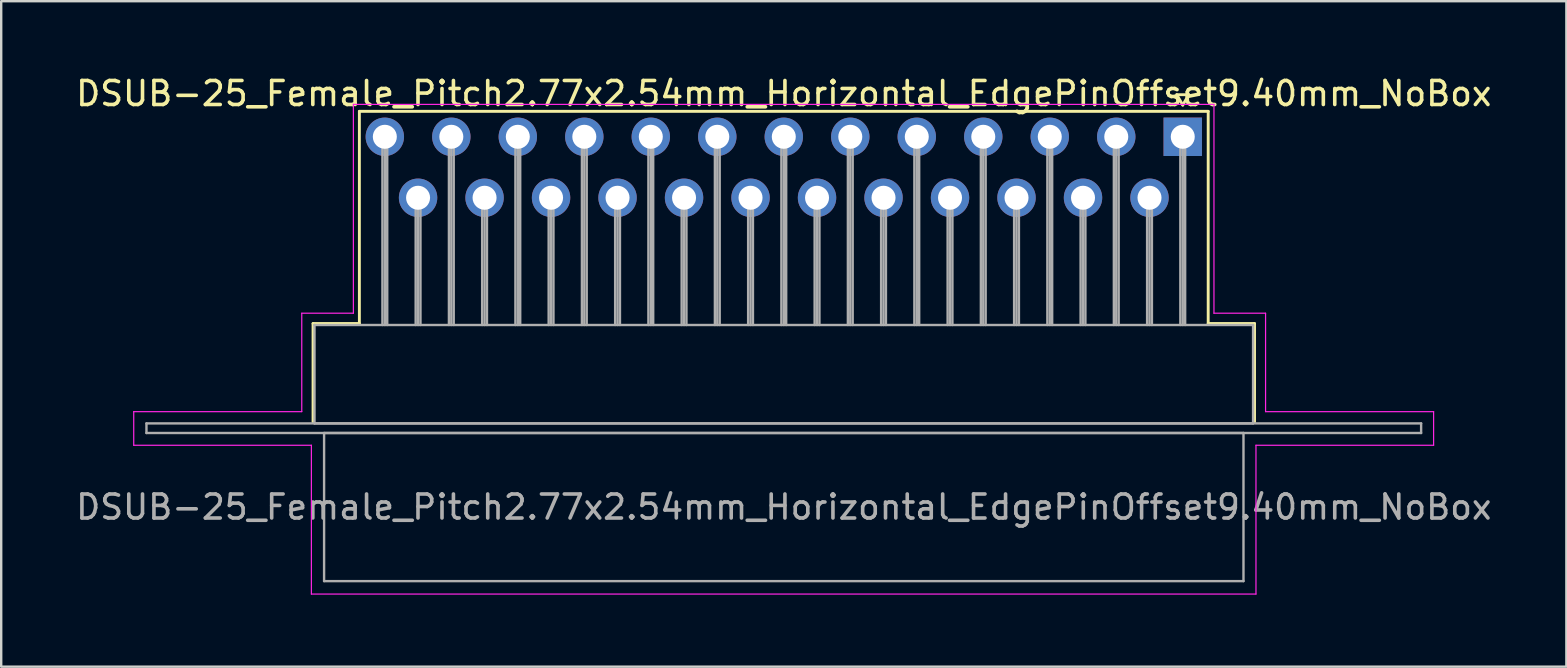
<source format=kicad_pcb>
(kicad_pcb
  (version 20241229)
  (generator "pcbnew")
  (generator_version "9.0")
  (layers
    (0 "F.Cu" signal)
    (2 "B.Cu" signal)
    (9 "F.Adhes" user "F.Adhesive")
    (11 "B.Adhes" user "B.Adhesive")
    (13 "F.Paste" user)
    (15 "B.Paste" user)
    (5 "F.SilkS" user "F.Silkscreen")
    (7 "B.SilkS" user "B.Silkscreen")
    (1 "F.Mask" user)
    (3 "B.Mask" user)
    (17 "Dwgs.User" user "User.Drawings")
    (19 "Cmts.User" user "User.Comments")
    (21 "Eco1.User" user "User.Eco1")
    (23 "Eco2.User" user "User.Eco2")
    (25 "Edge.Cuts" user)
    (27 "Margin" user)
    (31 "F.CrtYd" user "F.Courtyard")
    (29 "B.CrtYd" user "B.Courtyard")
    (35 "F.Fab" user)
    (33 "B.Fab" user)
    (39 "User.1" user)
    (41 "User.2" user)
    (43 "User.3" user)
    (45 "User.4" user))
  (footprint "DSUB-25_Female_Pitch2.77x2.54mm_Horizontal_EdgePinOffset9.40mm_NoBox"
    (layer "F.Cu")
    (at 46.221 2.648)
    (property "Reference" "DSUB-25_Female_Pitch2.77x2.54mm_Horizontal_EdgePinOffset9.40mm_NoBox" (at -16.62 -1.8 0) (layer "F.SilkS") (effects (font (size 1 1) (thickness 0.15))))
    (attr through_hole)
    (fp_line (start -36.23 7.78) (end -34.3 7.78) (stroke (width 0.12) (type solid)) (layer "F.SilkS"))
    (fp_line (start -36.23 11.88) (end -36.23 7.78) (stroke (width 0.12) (type solid)) (layer "F.SilkS"))
    (fp_line (start -34.3 -1.06) (end 1.06 -1.06) (stroke (width 0.12) (type solid)) (layer "F.SilkS"))
    (fp_line (start -34.3 7.78) (end -34.3 -1.06) (stroke (width 0.12) (type solid)) (layer "F.SilkS"))
    (fp_line (start -0.25 -1.754) (end 0.25 -1.754) (stroke (width 0.12) (type solid)) (layer "F.SilkS"))
    (fp_line (start 0 -1.321) (end -0.25 -1.754) (stroke (width 0.12) (type solid)) (layer "F.SilkS"))
    (fp_line (start 0.25 -1.754) (end 0 -1.321) (stroke (width 0.12) (type solid)) (layer "F.SilkS"))
    (fp_line (start 1.06 -1.06) (end 1.06 7.78) (stroke (width 0.12) (type solid)) (layer "F.SilkS"))
    (fp_line (start 1.06 7.78) (end 2.99 7.78) (stroke (width 0.12) (type solid)) (layer "F.SilkS"))
    (fp_line (start 2.99 7.78) (end 2.99 11.88) (stroke (width 0.12) (type solid)) (layer "F.SilkS"))
    (fp_line (start -43.7 11.45) (end -36.7 11.45) (stroke (width 0.05) (type solid)) (layer "F.CrtYd"))
    (fp_line (start -43.7 12.85) (end -43.7 11.45) (stroke (width 0.05) (type solid)) (layer "F.CrtYd"))
    (fp_line (start -36.7 7.35) (end -34.55 7.35) (stroke (width 0.05) (type solid)) (layer "F.CrtYd"))
    (fp_line (start -36.7 11.45) (end -36.7 7.35) (stroke (width 0.05) (type solid)) (layer "F.CrtYd"))
    (fp_line (start -36.3 12.85) (end -43.7 12.85) (stroke (width 0.05) (type solid)) (layer "F.CrtYd"))
    (fp_line (start -36.3 19.05) (end -36.3 12.85) (stroke (width 0.05) (type solid)) (layer "F.CrtYd"))
    (fp_line (start -34.55 -1.35) (end 1.3 -1.35) (stroke (width 0.05) (type solid)) (layer "F.CrtYd"))
    (fp_line (start -34.55 7.35) (end -34.55 -1.35) (stroke (width 0.05) (type solid)) (layer "F.CrtYd"))
    (fp_line (start 1.3 -1.35) (end 1.3 7.35) (stroke (width 0.05) (type solid)) (layer "F.CrtYd"))
    (fp_line (start 1.3 7.35) (end 3.45 7.35) (stroke (width 0.05) (type solid)) (layer "F.CrtYd"))
    (fp_line (start 3.05 12.85) (end 3.05 19.05) (stroke (width 0.05) (type solid)) (layer "F.CrtYd"))
    (fp_line (start 3.05 19.05) (end -36.3 19.05) (stroke (width 0.05) (type solid)) (layer "F.CrtYd"))
    (fp_line (start 3.45 7.35) (end 3.45 11.45) (stroke (width 0.05) (type solid)) (layer "F.CrtYd"))
    (fp_line (start 3.45 11.45) (end 10.45 11.45) (stroke (width 0.05) (type solid)) (layer "F.CrtYd"))
    (fp_line (start 10.45 11.45) (end 10.45 12.85) (stroke (width 0.05) (type solid)) (layer "F.CrtYd"))
    (fp_line (start 10.45 12.85) (end 3.05 12.85) (stroke (width 0.05) (type solid)) (layer "F.CrtYd"))
    (fp_line (start -43.17 11.94) (end -43.17 12.34) (stroke (width 0.1) (type solid)) (layer "F.Fab"))
    (fp_line (start -43.17 12.34) (end 9.93 12.34) (stroke (width 0.1) (type solid)) (layer "F.Fab"))
    (fp_line (start -36.17 7.84) (end -36.17 11.94) (stroke (width 0.1) (type solid)) (layer "F.Fab"))
    (fp_line (start -36.17 11.94) (end 2.93 11.94) (stroke (width 0.1) (type solid)) (layer "F.Fab"))
    (fp_line (start -35.77 12.34) (end -35.77 18.51) (stroke (width 0.1) (type solid)) (layer "F.Fab"))
    (fp_line (start -35.77 18.51) (end 2.53 18.51) (stroke (width 0.1) (type solid)) (layer "F.Fab"))
    (fp_line (start -33.34 0) (end -33.34 7.84) (stroke (width 0.1) (type solid)) (layer "F.Fab"))
    (fp_line (start -33.24 0) (end -33.24 7.84) (stroke (width 0.1) (type solid)) (layer "F.Fab"))
    (fp_line (start -33.14 0) (end -33.14 7.84) (stroke (width 0.1) (type solid)) (layer "F.Fab"))
    (fp_line (start -31.955 2.54) (end -31.955 7.84) (stroke (width 0.1) (type solid)) (layer "F.Fab"))
    (fp_line (start -31.855 2.54) (end -31.855 7.84) (stroke (width 0.1) (type solid)) (layer "F.Fab"))
    (fp_line (start -31.755 2.54) (end -31.755 7.84) (stroke (width 0.1) (type solid)) (layer "F.Fab"))
    (fp_line (start -30.57 0) (end -30.57 7.84) (stroke (width 0.1) (type solid)) (layer "F.Fab"))
    (fp_line (start -30.47 0) (end -30.47 7.84) (stroke (width 0.1) (type solid)) (layer "F.Fab"))
    (fp_line (start -30.37 0) (end -30.37 7.84) (stroke (width 0.1) (type solid)) (layer "F.Fab"))
    (fp_line (start -29.185 2.54) (end -29.185 7.84) (stroke (width 0.1) (type solid)) (layer "F.Fab"))
    (fp_line (start -29.085 2.54) (end -29.085 7.84) (stroke (width 0.1) (type solid)) (layer "F.Fab"))
    (fp_line (start -28.985 2.54) (end -28.985 7.84) (stroke (width 0.1) (type solid)) (layer "F.Fab"))
    (fp_line (start -27.8 0) (end -27.8 7.84) (stroke (width 0.1) (type solid)) (layer "F.Fab"))
    (fp_line (start -27.7 0) (end -27.7 7.84) (stroke (width 0.1) (type solid)) (layer "F.Fab"))
    (fp_line (start -27.6 0) (end -27.6 7.84) (stroke (width 0.1) (type solid)) (layer "F.Fab"))
    (fp_line (start -26.415 2.54) (end -26.415 7.84) (stroke (width 0.1) (type solid)) (layer "F.Fab"))
    (fp_line (start -26.315 2.54) (end -26.315 7.84) (stroke (width 0.1) (type solid)) (layer "F.Fab"))
    (fp_line (start -26.215 2.54) (end -26.215 7.84) (stroke (width 0.1) (type solid)) (layer "F.Fab"))
    (fp_line (start -25.03 0) (end -25.03 7.84) (stroke (width 0.1) (type solid)) (layer "F.Fab"))
    (fp_line (start -24.93 0) (end -24.93 7.84) (stroke (width 0.1) (type solid)) (layer "F.Fab"))
    (fp_line (start -24.83 0) (end -24.83 7.84) (stroke (width 0.1) (type solid)) (layer "F.Fab"))
    (fp_line (start -23.645 2.54) (end -23.645 7.84) (stroke (width 0.1) (type solid)) (layer "F.Fab"))
    (fp_line (start -23.545 2.54) (end -23.545 7.84) (stroke (width 0.1) (type solid)) (layer "F.Fab"))
    (fp_line (start -23.445 2.54) (end -23.445 7.84) (stroke (width 0.1) (type solid)) (layer "F.Fab"))
    (fp_line (start -22.26 0) (end -22.26 7.84) (stroke (width 0.1) (type solid)) (layer "F.Fab"))
    (fp_line (start -22.16 0) (end -22.16 7.84) (stroke (width 0.1) (type solid)) (layer "F.Fab"))
    (fp_line (start -22.06 0) (end -22.06 7.84) (stroke (width 0.1) (type solid)) (layer "F.Fab"))
    (fp_line (start -20.875 2.54) (end -20.875 7.84) (stroke (width 0.1) (type solid)) (layer "F.Fab"))
    (fp_line (start -20.775 2.54) (end -20.775 7.84) (stroke (width 0.1) (type solid)) (layer "F.Fab"))
    (fp_line (start -20.675 2.54) (end -20.675 7.84) (stroke (width 0.1) (type solid)) (layer "F.Fab"))
    (fp_line (start -19.49 0) (end -19.49 7.84) (stroke (width 0.1) (type solid)) (layer "F.Fab"))
    (fp_line (start -19.39 0) (end -19.39 7.84) (stroke (width 0.1) (type solid)) (layer "F.Fab"))
    (fp_line (start -19.29 0) (end -19.29 7.84) (stroke (width 0.1) (type solid)) (layer "F.Fab"))
    (fp_line (start -18.105 2.54) (end -18.105 7.84) (stroke (width 0.1) (type solid)) (layer "F.Fab"))
    (fp_line (start -18.005 2.54) (end -18.005 7.84) (stroke (width 0.1) (type solid)) (layer "F.Fab"))
    (fp_line (start -17.905 2.54) (end -17.905 7.84) (stroke (width 0.1) (type solid)) (layer "F.Fab"))
    (fp_line (start -16.72 0) (end -16.72 7.84) (stroke (width 0.1) (type solid)) (layer "F.Fab"))
    (fp_line (start -16.62 0) (end -16.62 7.84) (stroke (width 0.1) (type solid)) (layer "F.Fab"))
    (fp_line (start -16.52 0) (end -16.52 7.84) (stroke (width 0.1) (type solid)) (layer "F.Fab"))
    (fp_line (start -15.335 2.54) (end -15.335 7.84) (stroke (width 0.1) (type solid)) (layer "F.Fab"))
    (fp_line (start -15.235 2.54) (end -15.235 7.84) (stroke (width 0.1) (type solid)) (layer "F.Fab"))
    (fp_line (start -15.135 2.54) (end -15.135 7.84) (stroke (width 0.1) (type solid)) (layer "F.Fab"))
    (fp_line (start -13.95 0) (end -13.95 7.84) (stroke (width 0.1) (type solid)) (layer "F.Fab"))
    (fp_line (start -13.85 0) (end -13.85 7.84) (stroke (width 0.1) (type solid)) (layer "F.Fab"))
    (fp_line (start -13.75 0) (end -13.75 7.84) (stroke (width 0.1) (type solid)) (layer "F.Fab"))
    (fp_line (start -12.565 2.54) (end -12.565 7.84) (stroke (width 0.1) (type solid)) (layer "F.Fab"))
    (fp_line (start -12.465 2.54) (end -12.465 7.84) (stroke (width 0.1) (type solid)) (layer "F.Fab"))
    (fp_line (start -12.365 2.54) (end -12.365 7.84) (stroke (width 0.1) (type solid)) (layer "F.Fab"))
    (fp_line (start -11.18 0) (end -11.18 7.84) (stroke (width 0.1) (type solid)) (layer "F.Fab"))
    (fp_line (start -11.08 0) (end -11.08 7.84) (stroke (width 0.1) (type solid)) (layer "F.Fab"))
    (fp_line (start -10.98 0) (end -10.98 7.84) (stroke (width 0.1) (type solid)) (layer "F.Fab"))
    (fp_line (start -9.795 2.54) (end -9.795 7.84) (stroke (width 0.1) (type solid)) (layer "F.Fab"))
    (fp_line (start -9.695 2.54) (end -9.695 7.84) (stroke (width 0.1) (type solid)) (layer "F.Fab"))
    (fp_line (start -9.595 2.54) (end -9.595 7.84) (stroke (width 0.1) (type solid)) (layer "F.Fab"))
    (fp_line (start -8.41 0) (end -8.41 7.84) (stroke (width 0.1) (type solid)) (layer "F.Fab"))
    (fp_line (start -8.31 0) (end -8.31 7.84) (stroke (width 0.1) (type solid)) (layer "F.Fab"))
    (fp_line (start -8.21 0) (end -8.21 7.84) (stroke (width 0.1) (type solid)) (layer "F.Fab"))
    (fp_line (start -7.025 2.54) (end -7.025 7.84) (stroke (width 0.1) (type solid)) (layer "F.Fab"))
    (fp_line (start -6.925 2.54) (end -6.925 7.84) (stroke (width 0.1) (type solid)) (layer "F.Fab"))
    (fp_line (start -6.825 2.54) (end -6.825 7.84) (stroke (width 0.1) (type solid)) (layer "F.Fab"))
    (fp_line (start -5.64 0) (end -5.64 7.84) (stroke (width 0.1) (type solid)) (layer "F.Fab"))
    (fp_line (start -5.54 0) (end -5.54 7.84) (stroke (width 0.1) (type solid)) (layer "F.Fab"))
    (fp_line (start -5.44 0) (end -5.44 7.84) (stroke (width 0.1) (type solid)) (layer "F.Fab"))
    (fp_line (start -4.255 2.54) (end -4.255 7.84) (stroke (width 0.1) (type solid)) (layer "F.Fab"))
    (fp_line (start -4.155 2.54) (end -4.155 7.84) (stroke (width 0.1) (type solid)) (layer "F.Fab"))
    (fp_line (start -4.055 2.54) (end -4.055 7.84) (stroke (width 0.1) (type solid)) (layer "F.Fab"))
    (fp_line (start -2.87 0) (end -2.87 7.84) (stroke (width 0.1) (type solid)) (layer "F.Fab"))
    (fp_line (start -2.77 0) (end -2.77 7.84) (stroke (width 0.1) (type solid)) (layer "F.Fab"))
    (fp_line (start -2.67 0) (end -2.67 7.84) (stroke (width 0.1) (type solid)) (layer "F.Fab"))
    (fp_line (start -1.485 2.54) (end -1.485 7.84) (stroke (width 0.1) (type solid)) (layer "F.Fab"))
    (fp_line (start -1.385 2.54) (end -1.385 7.84) (stroke (width 0.1) (type solid)) (layer "F.Fab"))
    (fp_line (start -1.285 2.54) (end -1.285 7.84) (stroke (width 0.1) (type solid)) (layer "F.Fab"))
    (fp_line (start -0.1 0) (end -0.1 7.84) (stroke (width 0.1) (type solid)) (layer "F.Fab"))
    (fp_line (start 0 0) (end 0 7.84) (stroke (width 0.1) (type solid)) (layer "F.Fab"))
    (fp_line (start 0.1 0) (end 0.1 7.84) (stroke (width 0.1) (type solid)) (layer "F.Fab"))
    (fp_line (start 2.53 12.34) (end -35.77 12.34) (stroke (width 0.1) (type solid)) (layer "F.Fab"))
    (fp_line (start 2.53 18.51) (end 2.53 12.34) (stroke (width 0.1) (type solid)) (layer "F.Fab"))
    (fp_line (start 2.93 7.84) (end -36.17 7.84) (stroke (width 0.1) (type solid)) (layer "F.Fab"))
    (fp_line (start 2.93 11.94) (end 2.93 7.84) (stroke (width 0.1) (type solid)) (layer "F.Fab"))
    (fp_line (start 9.93 11.94) (end -43.17 11.94) (stroke (width 0.1) (type solid)) (layer "F.Fab"))
    (fp_line (start 9.93 12.34) (end 9.93 11.94) (stroke (width 0.1) (type solid)) (layer "F.Fab"))
    (fp_text user "${REFERENCE}" (at -16.62 15.425 0) (layer "F.Fab") (effects (font (size 1 1) (thickness 0.15))))
    (pad "1" thru_hole rect (at 0 0) (size 1.6 1.6) (drill 1) (layers "*.Cu" "*.Mask"))
    (pad "2" thru_hole circle (at -2.77 0) (size 1.6 1.6) (drill 1) (layers "*.Cu" "*.Mask"))
    (pad "3" thru_hole circle (at -5.54 0) (size 1.6 1.6) (drill 1) (layers "*.Cu" "*.Mask"))
    (pad "4" thru_hole circle (at -8.31 0) (size 1.6 1.6) (drill 1) (layers "*.Cu" "*.Mask"))
    (pad "5" thru_hole circle (at -11.08 0) (size 1.6 1.6) (drill 1) (layers "*.Cu" "*.Mask"))
    (pad "6" thru_hole circle (at -13.85 0) (size 1.6 1.6) (drill 1) (layers "*.Cu" "*.Mask"))
    (pad "7" thru_hole circle (at -16.62 0) (size 1.6 1.6) (drill 1) (layers "*.Cu" "*.Mask"))
    (pad "8" thru_hole circle (at -19.39 0) (size 1.6 1.6) (drill 1) (layers "*.Cu" "*.Mask"))
    (pad "9" thru_hole circle (at -22.16 0) (size 1.6 1.6) (drill 1) (layers "*.Cu" "*.Mask"))
    (pad "10" thru_hole circle (at -24.93 0) (size 1.6 1.6) (drill 1) (layers "*.Cu" "*.Mask"))
    (pad "11" thru_hole circle (at -27.7 0) (size 1.6 1.6) (drill 1) (layers "*.Cu" "*.Mask"))
    (pad "12" thru_hole circle (at -30.47 0) (size 1.6 1.6) (drill 1) (layers "*.Cu" "*.Mask"))
    (pad "13" thru_hole circle (at -33.24 0) (size 1.6 1.6) (drill 1) (layers "*.Cu" "*.Mask"))
    (pad "14" thru_hole circle (at -1.385 2.54) (size 1.6 1.6) (drill 1) (layers "*.Cu" "*.Mask"))
    (pad "15" thru_hole circle (at -4.155 2.54) (size 1.6 1.6) (drill 1) (layers "*.Cu" "*.Mask"))
    (pad "16" thru_hole circle (at -6.925 2.54) (size 1.6 1.6) (drill 1) (layers "*.Cu" "*.Mask"))
    (pad "17" thru_hole circle (at -9.695 2.54) (size 1.6 1.6) (drill 1) (layers "*.Cu" "*.Mask"))
    (pad "18" thru_hole circle (at -12.465 2.54) (size 1.6 1.6) (drill 1) (layers "*.Cu" "*.Mask"))
    (pad "19" thru_hole circle (at -15.235 2.54) (size 1.6 1.6) (drill 1) (layers "*.Cu" "*.Mask"))
    (pad "20" thru_hole circle (at -18.005 2.54) (size 1.6 1.6) (drill 1) (layers "*.Cu" "*.Mask"))
    (pad "21" thru_hole circle (at -20.775 2.54) (size 1.6 1.6) (drill 1) (layers "*.Cu" "*.Mask"))
    (pad "22" thru_hole circle (at -23.545 2.54) (size 1.6 1.6) (drill 1) (layers "*.Cu" "*.Mask"))
    (pad "23" thru_hole circle (at -26.315 2.54) (size 1.6 1.6) (drill 1) (layers "*.Cu" "*.Mask"))
    (pad "24" thru_hole circle (at -29.085 2.54) (size 1.6 1.6) (drill 1) (layers "*.Cu" "*.Mask"))
    (pad "25" thru_hole circle (at -31.855 2.54) (size 1.6 1.6) (drill 1) (layers "*.Cu" "*.Mask")))
  (gr_rect
    (start -3 -3)
    (end 62.202 24.723)
    (stroke (width 0.1) (type default))
    (fill no)
    (layer "Edge.Cuts")))
</source>
